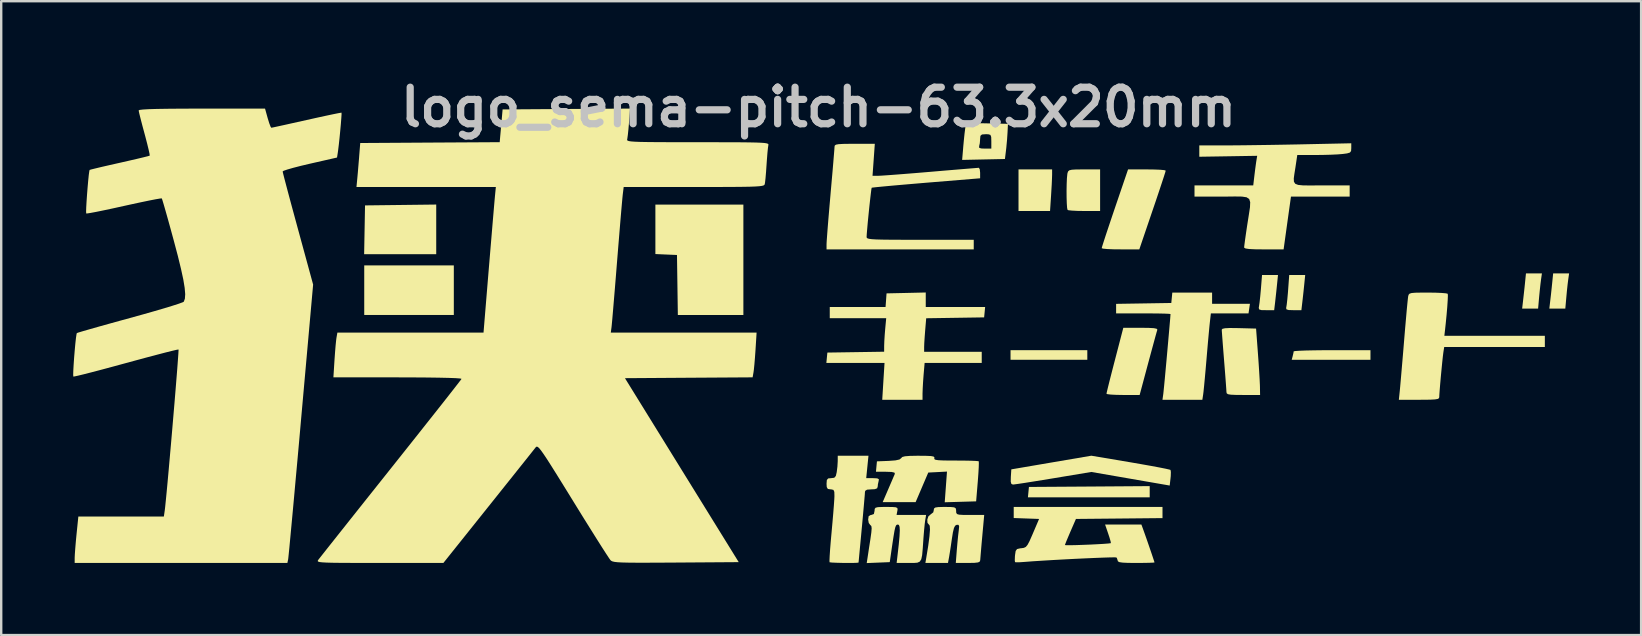
<source format=kicad_pcb>
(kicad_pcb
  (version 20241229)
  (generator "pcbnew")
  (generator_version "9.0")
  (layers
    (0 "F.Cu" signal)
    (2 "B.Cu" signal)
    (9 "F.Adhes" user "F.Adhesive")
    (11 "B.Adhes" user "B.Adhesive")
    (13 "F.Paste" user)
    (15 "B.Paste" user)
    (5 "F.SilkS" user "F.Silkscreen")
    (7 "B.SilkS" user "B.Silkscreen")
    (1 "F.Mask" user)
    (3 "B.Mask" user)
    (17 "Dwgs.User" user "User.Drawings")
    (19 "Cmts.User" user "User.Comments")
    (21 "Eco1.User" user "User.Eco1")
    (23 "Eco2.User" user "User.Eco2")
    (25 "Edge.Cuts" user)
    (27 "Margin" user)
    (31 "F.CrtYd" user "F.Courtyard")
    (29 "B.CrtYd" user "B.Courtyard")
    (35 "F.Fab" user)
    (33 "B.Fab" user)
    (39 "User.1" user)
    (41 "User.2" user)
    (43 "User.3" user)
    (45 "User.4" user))
  (footprint "logo_sema-pitch-63.3x20mm"
    (layer "F.Cu")
    (at 31.062 10.943)
    (property "Reference" "logo_sema-pitch-63.3x20mm" (at 0 -9.525 0) (layer "Dwgs.User") (effects (font (size 1.524 1.524) (thickness 0.3))))
    (attr board_only exclude_from_pos_files exclude_from_bom)
    (fp_poly (pts (xy -15.2 -0.867) (xy -18.933 -0.867) (xy -18.933 -2.933) (xy -15.2 -2.933)) (stroke (width 0) (type solid)) (fill yes) (layer "F.SilkS"))
    (fp_poly (pts (xy 11.2 1) (xy 8 1) (xy 8 0.6) (xy 11.2 0.6)) (stroke (width 0) (type solid)) (fill yes) (layer "F.SilkS"))
    (fp_poly (pts (xy -15.933 -3.4) (xy -18.937 -3.4) (xy -18.9 -5.433) (xy -17.417 -5.451) (xy -15.933 -5.469)) (stroke (width 0) (type solid)) (fill yes) (layer "F.SilkS"))
    (fp_poly (pts (xy 13.8 6.733) (xy 8.725 6.733) (xy 8.746 6.517) (xy 8.767 6.3) (xy 11.283 6.283) (xy 13.8 6.265)) (stroke (width 0) (type solid)) (fill yes) (layer "F.SilkS"))
    (fp_poly (pts (xy -3.133 -0.867) (xy -5.864 -0.867) (xy -5.9 -3.367) (xy -6.35 -3.386) (xy -6.8 -3.406) (xy -6.8 -5.467) (xy -3.133 -5.467)) (stroke (width 0) (type solid)) (fill yes) (layer "F.SilkS"))
    (fp_poly (pts (xy 9.733 -6.717) (xy 9.728 -6.555) (xy 9.717 -6.303) (xy 9.699 -6.003) (xy 9.69 -5.85) (xy 9.647 -5.2) (xy 8.333 -5.2) (xy 8.333 -6.933) (xy 9.733 -6.933)) (stroke (width 0) (type solid)) (fill yes) (layer "F.SilkS"))
    (fp_poly (pts (xy 23 1) (xy 19.718 1) (xy 19.758 0.85) (xy 19.79 0.712) (xy 19.799 0.65) (xy 19.863 0.636) (xy 20.042 0.624) (xy 20.318 0.613) (xy 20.672 0.606) (xy 21.087 0.601) (xy 21.4 0.6) (xy 23 0.6)) (stroke (width 0) (type solid)) (fill yes) (layer "F.SilkS"))
    (fp_poly (pts (xy 30.109 -2.35) (xy 30.084 -2.154) (xy 30.055 -1.885) (xy 30.029 -1.617) (xy 29.986 -1.133) (xy 29.321 -1.133) (xy 29.358 -1.45) (xy 29.386 -1.699) (xy 29.419 -1.999) (xy 29.438 -2.183) (xy 29.48 -2.6) (xy 30.145 -2.6)) (stroke (width 0) (type solid)) (fill yes) (layer "F.SilkS"))
    (fp_poly (pts (xy 31.242 -2.35) (xy 31.217 -2.154) (xy 31.188 -1.885) (xy 31.163 -1.617) (xy 31.12 -1.133) (xy 30.454 -1.133) (xy 30.491 -1.45) (xy 30.52 -1.699) (xy 30.552 -1.999) (xy 30.571 -2.183) (xy 30.613 -2.6) (xy 31.278 -2.6)) (stroke (width 0) (type solid)) (fill yes) (layer "F.SilkS"))
    (fp_poly (pts (xy 19.104 -2.117) (xy 19.074 -1.828) (xy 19.042 -1.537) (xy 19.025 -1.383) (xy 18.987 -1.067) (xy 18.655 -1.067) (xy 18.459 -1.07) (xy 18.366 -1.095) (xy 18.344 -1.158) (xy 18.358 -1.25) (xy 18.38 -1.403) (xy 18.406 -1.642) (xy 18.432 -1.922) (xy 18.437 -1.983) (xy 18.481 -2.533) (xy 19.146 -2.533)) (stroke (width 0) (type solid)) (fill yes) (layer "F.SilkS"))
    (fp_poly (pts (xy 20.238 -2.117) (xy 20.208 -1.828) (xy 20.176 -1.537) (xy 20.158 -1.383) (xy 20.121 -1.067) (xy 19.789 -1.067) (xy 19.593 -1.073) (xy 19.501 -1.1) (xy 19.485 -1.158) (xy 19.491 -1.183) (xy 19.51 -1.299) (xy 19.534 -1.511) (xy 19.559 -1.782) (xy 19.569 -1.917) (xy 19.614 -2.533) (xy 20.28 -2.533)) (stroke (width 0) (type solid)) (fill yes) (layer "F.SilkS"))
    (fp_poly (pts (xy 11.733 -5.2) (xy 11.078 -5.2) (xy 10.794 -5.204) (xy 10.563 -5.216) (xy 10.414 -5.232) (xy 10.378 -5.244) (xy 10.358 -5.328) (xy 10.345 -5.511) (xy 10.337 -5.759) (xy 10.335 -6.04) (xy 10.34 -6.319) (xy 10.35 -6.563) (xy 10.367 -6.738) (xy 10.375 -6.783) (xy 10.401 -6.852) (xy 10.452 -6.896) (xy 10.555 -6.92) (xy 10.734 -6.931) (xy 11.016 -6.933) (xy 11.074 -6.933) (xy 11.733 -6.933)) (stroke (width 0) (type solid)) (fill yes) (layer "F.SilkS"))
    (fp_poly (pts (xy 13.988 -6.929) (xy 14.238 -6.919) (xy 14.406 -6.903) (xy 14.467 -6.883) (xy 14.447 -6.809) (xy 14.389 -6.626) (xy 14.299 -6.352) (xy 14.183 -6.003) (xy 14.047 -5.598) (xy 13.917 -5.217) (xy 13.367 -3.601) (xy 12.583 -3.601) (xy 12.278 -3.604) (xy 12.028 -3.615) (xy 11.859 -3.631) (xy 11.799 -3.65) (xy 11.819 -3.724) (xy 11.877 -3.907) (xy 11.966 -4.182) (xy 12.082 -4.53) (xy 12.218 -4.935) (xy 12.347 -5.317) (xy 12.898 -6.933) (xy 13.682 -6.933)) (stroke (width 0) (type solid)) (fill yes) (layer "F.SilkS"))
    (fp_poly (pts (xy 13.757 -0.329) (xy 13.973 -0.317) (xy 14.088 -0.293) (xy 14.119 -0.257) (xy 14.118 -0.25) (xy 14.092 -0.163) (xy 14.037 0.033) (xy 13.96 0.316) (xy 13.865 0.665) (xy 13.758 1.061) (xy 13.734 1.15) (xy 13.381 2.467) (xy 12.691 2.467) (xy 12.405 2.462) (xy 12.177 2.45) (xy 12.034 2.432) (xy 11.999 2.417) (xy 12.014 2.34) (xy 12.059 2.154) (xy 12.127 1.879) (xy 12.215 1.534) (xy 12.317 1.14) (xy 12.349 1.017) (xy 12.7 -0.332) (xy 13.424 -0.333)) (stroke (width 0) (type solid)) (fill yes) (layer "F.SilkS"))
    (fp_poly (pts (xy 13 5.273) (xy 13.45 5.351) (xy 13.856 5.423) (xy 14.199 5.487) (xy 14.46 5.539) (xy 14.622 5.576) (xy 14.668 5.591) (xy 14.682 5.677) (xy 14.677 5.846) (xy 14.668 5.937) (xy 14.633 6.241) (xy 13 5.958) (xy 11.367 5.675) (xy 9.788 5.938) (xy 9.341 6.011) (xy 8.933 6.077) (xy 8.586 6.132) (xy 8.318 6.172) (xy 8.149 6.195) (xy 8.101 6.2) (xy 8.036 6.175) (xy 8.009 6.079) (xy 8.013 5.883) (xy 8.033 5.567) (xy 9.7 5.282) (xy 11.367 4.998)) (stroke (width 0) (type solid)) (fill yes) (layer "F.SilkS"))
    (fp_poly (pts (xy 17.456 -0.32) (xy 17.517 -0.319) (xy 18.233 -0.3) (xy 18.31 0.733) (xy 18.338 1.123) (xy 18.362 1.496) (xy 18.381 1.817) (xy 18.392 2.053) (xy 18.394 2.117) (xy 18.4 2.467) (xy 17.7 2.467) (xy 17.386 2.464) (xy 17.181 2.455) (xy 17.064 2.435) (xy 17.011 2.4) (xy 16.999 2.35) (xy 16.993 2.248) (xy 16.978 2.037) (xy 16.956 1.741) (xy 16.928 1.382) (xy 16.9 1.033) (xy 16.869 0.643) (xy 16.842 0.296) (xy 16.821 0.016) (xy 16.807 -0.176) (xy 16.802 -0.252) (xy 16.833 -0.291) (xy 16.94 -0.314) (xy 17.142 -0.324)) (stroke (width 0) (type solid)) (fill yes) (layer "F.SilkS"))
    (fp_poly (pts (xy 7.019 -8.852) (xy 7.893 -8.833) (xy 7.875 -8.467) (xy 7.855 -8.168) (xy 7.825 -7.848) (xy 7.812 -7.733) (xy 7.767 -7.367) (xy 6.875 -7.348) (xy 5.984 -7.329) (xy 6.027 -7.838) (xy 6.691 -7.838) (xy 6.773 -7.806) (xy 6.926 -7.8) (xy 7.2 -7.8) (xy 7.2 -8.1) (xy 7.195 -8.284) (xy 7.161 -8.372) (xy 7.071 -8.398) (xy 6.967 -8.4) (xy 6.81 -8.389) (xy 6.745 -8.332) (xy 6.733 -8.205) (xy 6.72 -8.025) (xy 6.693 -7.905) (xy 6.691 -7.838) (xy 6.027 -7.838) (xy 6.027 -7.848) (xy 6.054 -8.137) (xy 6.082 -8.41) (xy 6.107 -8.609) (xy 6.108 -8.619) (xy 6.146 -8.87)) (stroke (width 0) (type solid)) (fill yes) (layer "F.SilkS"))
    (fp_poly (pts (xy 4.467 -1.2) (xy 6.942 -1.2) (xy 6.921 -0.983) (xy 6.9 -0.767) (xy 4.486 -0.73) (xy 4.443 -0.222) (xy 4.422 0.053) (xy 4.406 0.3) (xy 4.4 0.468) (xy 4.4 0.477) (xy 4.4 0.667) (xy 6.8 0.667) (xy 6.8 1.133) (xy 4.42 1.133) (xy 4.376 1.643) (xy 4.355 1.932) (xy 4.34 2.205) (xy 4.333 2.405) (xy 4.333 2.41) (xy 4.333 2.667) (xy 2.654 2.667) (xy 2.701 1.9) (xy 2.749 1.133) (xy 0.325 1.133) (xy 0.346 0.917) (xy 0.367 0.7) (xy 1.55 0.682) (xy 2.733 0.664) (xy 2.734 0.415) (xy 2.741 0.215) (xy 2.758 -0.053) (xy 2.777 -0.283) (xy 2.819 -0.733) (xy 0.467 -0.733) (xy 0.467 -1.2) (xy 2.792 -1.2) (xy 2.813 -1.483) (xy 2.833 -1.767) (xy 3.65 -1.785) (xy 4.467 -1.804)) (stroke (width 0) (type solid)) (fill yes) (layer "F.SilkS"))
    (fp_poly (pts (xy 16.4 -1.333) (xy 17.977 -1.333) (xy 17.918 -0.933) (xy 16.349 -0.933) (xy 16.309 -0.583) (xy 16.29 -0.403) (xy 16.263 -0.118) (xy 16.23 0.241) (xy 16.195 0.645) (xy 16.165 1) (xy 16.13 1.407) (xy 16.096 1.782) (xy 16.066 2.099) (xy 16.042 2.332) (xy 16.027 2.45) (xy 15.994 2.667) (xy 14.332 2.667) (xy 14.367 2.417) (xy 14.379 2.304) (xy 14.401 2.086) (xy 14.43 1.785) (xy 14.463 1.423) (xy 14.5 1.024) (xy 14.537 0.61) (xy 14.573 0.205) (xy 14.606 -0.17) (xy 14.634 -0.49) (xy 14.655 -0.734) (xy 14.665 -0.879) (xy 14.667 -0.906) (xy 14.604 -0.915) (xy 14.429 -0.923) (xy 14.164 -0.929) (xy 13.831 -0.932) (xy 13.533 -0.933) (xy 12.4 -0.933) (xy 12.4 -1.33) (xy 14.7 -1.367) (xy 14.721 -1.583) (xy 14.742 -1.8) (xy 16.4 -1.8)) (stroke (width 0) (type solid)) (fill yes) (layer "F.SilkS"))
    (fp_poly (pts (xy 25.708 -1.796) (xy 25.967 -1.785) (xy 26.147 -1.769) (xy 26.22 -1.75) (xy 26.226 -1.665) (xy 26.218 -1.473) (xy 26.2 -1.2) (xy 26.172 -0.873) (xy 26.137 -0.517) (xy 26.108 -0.25) (xy 26.079 0) (xy 30.267 0) (xy 30.267 0.467) (xy 26.073 0.467) (xy 26.039 0.683) (xy 26.019 0.837) (xy 25.993 1.081) (xy 25.963 1.384) (xy 25.932 1.709) (xy 25.904 2.025) (xy 25.882 2.296) (xy 25.869 2.489) (xy 25.867 2.554) (xy 25.854 2.601) (xy 25.8 2.633) (xy 25.685 2.652) (xy 25.488 2.663) (xy 25.187 2.666) (xy 25.025 2.667) (xy 24.183 2.667) (xy 24.223 2.283) (xy 24.239 2.11) (xy 24.264 1.828) (xy 24.296 1.459) (xy 24.333 1.027) (xy 24.373 0.555) (xy 24.402 0.2) (xy 24.441 -0.27) (xy 24.479 -0.702) (xy 24.512 -1.076) (xy 24.541 -1.373) (xy 24.562 -1.572) (xy 24.572 -1.65) (xy 24.591 -1.713) (xy 24.632 -1.756) (xy 24.718 -1.782) (xy 24.874 -1.795) (xy 25.121 -1.799) (xy 25.397 -1.8)) (stroke (width 0) (type solid)) (fill yes) (layer "F.SilkS"))
    (fp_poly (pts (xy 4.484 5.003) (xy 4.684 5.012) (xy 4.792 5.033) (xy 4.829 5.067) (xy 4.824 5.1) (xy 4.825 5.14) (xy 4.876 5.168) (xy 4.995 5.186) (xy 5.2 5.196) (xy 5.512 5.2) (xy 5.715 5.2) (xy 6.053 5.202) (xy 6.34 5.207) (xy 6.552 5.216) (xy 6.663 5.226) (xy 6.674 5.229) (xy 6.68 5.303) (xy 6.675 5.483) (xy 6.66 5.743) (xy 6.637 6.056) (xy 6.635 6.079) (xy 6.567 6.9) (xy 5.912 6.919) (xy 5.258 6.938) (xy 5.305 6.299) (xy 5.352 5.659) (xy 4.962 5.68) (xy 4.572 5.7) (xy 4.308 6.317) (xy 4.045 6.933) (xy 2.672 6.933) (xy 2.909 6.383) (xy 3.019 6.128) (xy 3.11 5.915) (xy 3.169 5.778) (xy 3.18 5.75) (xy 3.162 5.702) (xy 3.044 5.675) (xy 2.812 5.667) (xy 2.803 5.667) (xy 2.392 5.667) (xy 2.412 5.45) (xy 2.433 5.233) (xy 2.92 5.214) (xy 3.203 5.193) (xy 3.371 5.156) (xy 3.443 5.1) (xy 3.444 5.097) (xy 3.49 5.051) (xy 3.601 5.022) (xy 3.799 5.006) (xy 4.104 5) (xy 4.172 5)) (stroke (width 0) (type solid)) (fill yes) (layer "F.SilkS"))
    (fp_poly (pts (xy 3.075 7.135) (xy 3.219 7.147) (xy 3.283 7.178) (xy 3.293 7.238) (xy 3.283 7.3) (xy 3.251 7.467) (xy 4.482 7.467) (xy 4.445 7.683) (xy 4.423 7.849) (xy 4.398 8.102) (xy 4.374 8.397) (xy 4.367 8.5) (xy 4.341 8.876) (xy 4.317 9.14) (xy 4.281 9.311) (xy 4.22 9.409) (xy 4.123 9.455) (xy 3.976 9.467) (xy 3.767 9.467) (xy 3.755 9.467) (xy 3.254 9.467) (xy 3.291 9.15) (xy 3.343 8.692) (xy 3.374 8.352) (xy 3.386 8.114) (xy 3.377 7.963) (xy 3.35 7.886) (xy 3.31 7.867) (xy 3.265 7.873) (xy 3.229 7.905) (xy 3.198 7.981) (xy 3.165 8.122) (xy 3.127 8.348) (xy 3.077 8.676) (xy 3.049 8.867) (xy 2.967 9.433) (xy 2.007 9.472) (xy 2.041 9.253) (xy 2.067 9.083) (xy 2.105 8.829) (xy 2.15 8.542) (xy 2.16 8.477) (xy 2.199 8.199) (xy 2.213 8.025) (xy 2.2 7.93) (xy 2.161 7.889) (xy 2.156 7.887) (xy 2.092 7.802) (xy 2.067 7.66) (xy 2.089 7.516) (xy 2.173 7.468) (xy 2.2 7.467) (xy 2.305 7.428) (xy 2.333 7.3) (xy 2.34 7.215) (xy 2.378 7.165) (xy 2.476 7.141) (xy 2.662 7.134) (xy 2.824 7.133)) (stroke (width 0) (type solid)) (fill yes) (layer "F.SilkS"))
    (fp_poly (pts (xy 5.51 7.136) (xy 5.65 7.15) (xy 5.714 7.187) (xy 5.732 7.256) (xy 5.733 7.3) (xy 5.738 7.38) (xy 5.771 7.429) (xy 5.856 7.455) (xy 6.021 7.465) (xy 6.291 7.467) (xy 6.318 7.467) (xy 6.903 7.467) (xy 6.823 8.35) (xy 6.792 8.688) (xy 6.767 8.985) (xy 6.748 9.212) (xy 6.738 9.34) (xy 6.738 9.35) (xy 6.718 9.41) (xy 6.648 9.445) (xy 6.499 9.462) (xy 6.245 9.467) (xy 6.226 9.467) (xy 5.719 9.467) (xy 5.762 8.917) (xy 5.788 8.621) (xy 5.815 8.342) (xy 5.84 8.134) (xy 5.843 8.11) (xy 5.859 7.946) (xy 5.834 7.879) (xy 5.758 7.878) (xy 5.693 7.914) (xy 5.643 8.01) (xy 5.599 8.191) (xy 5.555 8.467) (xy 5.513 8.758) (xy 5.472 9.024) (xy 5.44 9.218) (xy 5.434 9.25) (xy 5.394 9.467) (xy 4.452 9.467) (xy 4.489 9.25) (xy 4.571 8.747) (xy 4.622 8.353) (xy 4.643 8.075) (xy 4.633 7.916) (xy 4.61 7.881) (xy 4.54 7.799) (xy 4.532 7.661) (xy 4.577 7.525) (xy 4.667 7.447) (xy 4.78 7.358) (xy 4.8 7.273) (xy 4.811 7.2) (xy 4.864 7.158) (xy 4.987 7.139) (xy 5.208 7.133) (xy 5.267 7.133)) (stroke (width 0) (type solid)) (fill yes) (layer "F.SilkS"))
    (fp_poly (pts (xy 2.033 5.467) (xy 1.986 5.933) (xy 2.267 5.933) (xy 2.443 5.942) (xy 2.513 5.977) (xy 2.507 6.039) (xy 2.472 6.198) (xy 2.467 6.272) (xy 2.442 6.356) (xy 2.346 6.393) (xy 2.2 6.4) (xy 2.022 6.413) (xy 1.944 6.462) (xy 1.933 6.517) (xy 1.927 6.616) (xy 1.909 6.826) (xy 1.883 7.126) (xy 1.85 7.494) (xy 1.812 7.909) (xy 1.8 8.033) (xy 1.761 8.45) (xy 1.726 8.818) (xy 1.698 9.119) (xy 1.678 9.334) (xy 1.668 9.441) (xy 1.667 9.45) (xy 1.606 9.46) (xy 1.448 9.466) (xy 1.229 9.467) (xy 0.985 9.465) (xy 0.753 9.459) (xy 0.568 9.451) (xy 0.467 9.44) (xy 0.458 9.436) (xy 0.455 9.363) (xy 0.463 9.179) (xy 0.481 8.905) (xy 0.509 8.563) (xy 0.543 8.186) (xy 0.58 7.775) (xy 0.613 7.391) (xy 0.639 7.06) (xy 0.656 6.811) (xy 0.662 6.683) (xy 0.657 6.505) (xy 0.621 6.423) (xy 0.533 6.401) (xy 0.5 6.4) (xy 0.387 6.383) (xy 0.341 6.304) (xy 0.333 6.167) (xy 0.345 6.01) (xy 0.401 5.945) (xy 0.525 5.933) (xy 0.654 5.917) (xy 0.72 5.842) (xy 0.757 5.683) (xy 0.786 5.448) (xy 0.799 5.224) (xy 0.799 5.217) (xy 0.8 5) (xy 2.08 5)) (stroke (width 0) (type solid)) (fill yes) (layer "F.SilkS"))
    (fp_poly (pts (xy 22.2 -7.82) (xy 22.192 -7.702) (xy 22.144 -7.636) (xy 22.024 -7.6) (xy 21.85 -7.577) (xy 21.637 -7.559) (xy 21.335 -7.545) (xy 20.989 -7.536) (xy 20.725 -7.534) (xy 19.95 -7.533) (xy 19.875 -7.031) (xy 19.831 -6.757) (xy 19.804 -6.558) (xy 19.81 -6.421) (xy 19.866 -6.334) (xy 19.987 -6.287) (xy 20.19 -6.267) (xy 20.492 -6.264) (xy 20.909 -6.267) (xy 20.967 -6.267) (xy 22.133 -6.267) (xy 22.133 -5.8) (xy 19.687 -5.8) (xy 19.533 -4.7) (xy 19.38 -3.6) (xy 18.557 -3.6) (xy 18.19 -3.604) (xy 17.941 -3.616) (xy 17.795 -3.638) (xy 17.737 -3.672) (xy 17.735 -3.683) (xy 17.745 -3.778) (xy 17.771 -3.976) (xy 17.81 -4.251) (xy 17.858 -4.576) (xy 17.867 -4.633) (xy 17.933 -5.051) (xy 17.979 -5.357) (xy 17.988 -5.567) (xy 17.946 -5.7) (xy 17.836 -5.772) (xy 17.643 -5.801) (xy 17.353 -5.805) (xy 16.948 -5.8) (xy 16.833 -5.8) (xy 15.667 -5.8) (xy 15.667 -6.267) (xy 18.115 -6.267) (xy 18.16 -6.65) (xy 18.192 -6.911) (xy 18.225 -7.157) (xy 18.241 -7.267) (xy 18.279 -7.5) (xy 17.073 -7.48) (xy 15.867 -7.461) (xy 15.867 -7.933) (xy 16.922 -7.933) (xy 17.267 -7.935) (xy 17.716 -7.939) (xy 18.242 -7.946) (xy 18.816 -7.954) (xy 19.41 -7.964) (xy 19.995 -7.975) (xy 20.089 -7.977) (xy 22.2 -8.022)) (stroke (width 0) (type solid)) (fill yes) (layer "F.SilkS"))
    (fp_poly (pts (xy 2.297 -7.333) (xy 2.249 -6.667) (xy 2.477 -6.667) (xy 2.6 -6.672) (xy 2.838 -6.688) (xy 3.17 -6.712) (xy 3.578 -6.744) (xy 4.043 -6.781) (xy 4.546 -6.823) (xy 4.667 -6.833) (xy 5.165 -6.876) (xy 5.62 -6.914) (xy 6.015 -6.947) (xy 6.334 -6.973) (xy 6.558 -6.991) (xy 6.671 -7) (xy 6.681 -7) (xy 6.717 -6.942) (xy 6.733 -6.799) (xy 6.733 -6.781) (xy 6.733 -6.563) (xy 4.485 -6.378) (xy 3.952 -6.333) (xy 3.463 -6.291) (xy 3.033 -6.253) (xy 2.678 -6.22) (xy 2.413 -6.194) (xy 2.254 -6.176) (xy 2.214 -6.169) (xy 2.2 -6.1) (xy 2.178 -5.926) (xy 2.149 -5.674) (xy 2.116 -5.374) (xy 2.083 -5.052) (xy 2.052 -4.738) (xy 2.027 -4.457) (xy 2.009 -4.24) (xy 2.002 -4.117) (xy 2.009 -4.085) (xy 2.039 -4.06) (xy 2.107 -4.04) (xy 2.224 -4.025) (xy 2.404 -4.014) (xy 2.661 -4.007) (xy 3.007 -4.003) (xy 3.456 -4.001) (xy 4.021 -4) (xy 4.233 -4) (xy 6.467 -4) (xy 6.467 -3.6) (xy 0.333 -3.6) (xy 0.333 -3.819) (xy 0.339 -3.942) (xy 0.356 -4.178) (xy 0.381 -4.508) (xy 0.414 -4.912) (xy 0.453 -5.371) (xy 0.496 -5.865) (xy 0.499 -5.903) (xy 0.542 -6.392) (xy 0.582 -6.842) (xy 0.615 -7.233) (xy 0.641 -7.549) (xy 0.659 -7.77) (xy 0.666 -7.879) (xy 0.666 -7.883) (xy 0.678 -7.932) (xy 0.728 -7.965) (xy 0.838 -7.985) (xy 1.028 -7.996) (xy 1.32 -8) (xy 1.505 -8) (xy 2.344 -8)) (stroke (width 0) (type solid)) (fill yes) (layer "F.SilkS"))
    (fp_poly (pts (xy 14.333 7.598) (xy 12.529 7.616) (xy 10.726 7.633) (xy 10.496 8.161) (xy 10.393 8.403) (xy 10.313 8.594) (xy 10.271 8.706) (xy 10.267 8.721) (xy 10.328 8.728) (xy 10.495 8.728) (xy 10.737 8.723) (xy 11.026 8.713) (xy 11.334 8.701) (xy 11.631 8.686) (xy 11.89 8.671) (xy 12.081 8.656) (xy 12.177 8.643) (xy 12.182 8.641) (xy 12.172 8.573) (xy 12.127 8.417) (xy 12.07 8.244) (xy 11.941 7.867) (xy 13.454 7.867) (xy 13.533 8.083) (xy 13.6 8.271) (xy 13.685 8.512) (xy 13.776 8.776) (xy 13.864 9.032) (xy 13.937 9.25) (xy 13.986 9.398) (xy 14 9.446) (xy 13.938 9.454) (xy 13.768 9.461) (xy 13.518 9.465) (xy 13.233 9.467) (xy 12.894 9.464) (xy 12.668 9.453) (xy 12.536 9.433) (xy 12.476 9.4) (xy 12.467 9.371) (xy 12.431 9.26) (xy 12.408 9.238) (xy 12.331 9.233) (xy 12.14 9.236) (xy 11.857 9.245) (xy 11.5 9.259) (xy 11.09 9.277) (xy 10.646 9.298) (xy 10.189 9.322) (xy 9.739 9.347) (xy 9.314 9.373) (xy 8.936 9.397) (xy 8.624 9.421) (xy 8.556 9.426) (xy 8.357 9.439) (xy 8.221 9.438) (xy 8.187 9.431) (xy 8.177 9.356) (xy 8.183 9.198) (xy 8.188 9.14) (xy 8.214 8.968) (xy 8.272 8.888) (xy 8.401 8.858) (xy 8.446 8.854) (xy 8.555 8.838) (xy 8.637 8.799) (xy 8.71 8.712) (xy 8.793 8.555) (xy 8.904 8.303) (xy 8.934 8.233) (xy 9.19 7.633) (xy 8.662 7.614) (xy 8.133 7.595) (xy 8.133 7.133) (xy 14.333 7.133)) (stroke (width 0) (type solid)) (fill yes) (layer "F.SilkS"))
    (fp_poly (pts (xy -22.956 -9.067) (xy -22.892 -8.859) (xy -22.837 -8.715) (xy -22.806 -8.669) (xy -22.732 -8.683) (xy -22.548 -8.723) (xy -22.271 -8.783) (xy -21.923 -8.861) (xy -21.521 -8.95) (xy -21.333 -8.992) (xy -20.916 -9.085) (xy -20.544 -9.166) (xy -20.238 -9.231) (xy -20.015 -9.276) (xy -19.895 -9.297) (xy -19.88 -9.298) (xy -19.878 -9.23) (xy -19.889 -9.06) (xy -19.908 -8.818) (xy -19.934 -8.534) (xy -19.963 -8.238) (xy -19.993 -7.961) (xy -20.021 -7.733) (xy -20.035 -7.631) (xy -20.067 -7.428) (xy -21.2 -7.17) (xy -21.568 -7.083) (xy -21.886 -7.001) (xy -22.134 -6.93) (xy -22.289 -6.877) (xy -22.333 -6.849) (xy -22.316 -6.772) (xy -22.268 -6.581) (xy -22.192 -6.292) (xy -22.093 -5.918) (xy -21.974 -5.475) (xy -21.839 -4.978) (xy -21.698 -4.46) (xy -21.063 -2.134) (xy -21.568 3.516) (xy -21.644 4.374) (xy -21.718 5.195) (xy -21.789 5.971) (xy -21.854 6.69) (xy -21.914 7.344) (xy -21.968 7.921) (xy -22.014 8.412) (xy -22.051 8.808) (xy -22.08 9.097) (xy -22.098 9.27) (xy -22.104 9.317) (xy -22.136 9.467) (xy -31 9.467) (xy -31 9.254) (xy -30.993 9.101) (xy -30.975 8.853) (xy -30.949 8.547) (xy -30.924 8.287) (xy -30.847 7.533) (xy -27.284 7.533) (xy -27.247 7.283) (xy -27.229 7.134) (xy -27.203 6.878) (xy -27.169 6.53) (xy -27.129 6.105) (xy -27.085 5.619) (xy -27.038 5.087) (xy -26.988 4.524) (xy -26.938 3.946) (xy -26.889 3.368) (xy -26.841 2.805) (xy -26.797 2.272) (xy -26.758 1.786) (xy -26.724 1.361) (xy -26.698 1.012) (xy -26.68 0.755) (xy -26.671 0.605) (xy -26.672 0.572) (xy -26.741 0.582) (xy -26.923 0.624) (xy -27.204 0.694) (xy -27.567 0.789) (xy -27.999 0.903) (xy -28.484 1.034) (xy -28.863 1.137) (xy -29.377 1.277) (xy -29.849 1.404) (xy -30.264 1.513) (xy -30.607 1.601) (xy -30.863 1.663) (xy -31.017 1.696) (xy -31.056 1.7) (xy -31.062 1.625) (xy -31.057 1.449) (xy -31.043 1.2) (xy -31.023 0.909) (xy -30.998 0.607) (xy -30.972 0.324) (xy -30.946 0.089) (xy -30.923 -0.066) (xy -30.91 -0.112) (xy -30.84 -0.137) (xy -30.657 -0.192) (xy -30.375 -0.273) (xy -30.01 -0.377) (xy -29.577 -0.498) (xy -29.089 -0.633) (xy -28.691 -0.742) (xy -28.172 -0.886) (xy -27.694 -1.022) (xy -27.272 -1.145) (xy -26.922 -1.252) (xy -26.659 -1.337) (xy -26.498 -1.396) (xy -26.453 -1.42) (xy -26.407 -1.545) (xy -26.394 -1.733) (xy -26.416 -1.996) (xy -26.473 -2.344) (xy -26.569 -2.787) (xy -26.703 -3.336) (xy -26.869 -3.963) (xy -26.994 -4.422) (xy -27.109 -4.838) (xy -27.209 -5.193) (xy -27.289 -5.47) (xy -27.344 -5.653) (xy -27.369 -5.725) (xy -27.369 -5.725) (xy -27.441 -5.72) (xy -27.624 -5.689) (xy -27.9 -5.635) (xy -28.251 -5.562) (xy -28.658 -5.474) (xy -28.944 -5.411) (xy -29.378 -5.315) (xy -29.768 -5.232) (xy -30.095 -5.165) (xy -30.341 -5.119) (xy -30.486 -5.097) (xy -30.519 -5.097) (xy -30.524 -5.17) (xy -30.519 -5.345) (xy -30.505 -5.593) (xy -30.485 -5.883) (xy -30.461 -6.185) (xy -30.436 -6.469) (xy -30.412 -6.705) (xy -30.39 -6.862) (xy -30.378 -6.911) (xy -30.309 -6.932) (xy -30.13 -6.976) (xy -29.863 -7.04) (xy -29.527 -7.117) (xy -29.142 -7.204) (xy -29.128 -7.207) (xy -28.742 -7.295) (xy -28.403 -7.373) (xy -28.131 -7.438) (xy -27.948 -7.484) (xy -27.873 -7.507) (xy -27.873 -7.507) (xy -27.879 -7.577) (xy -27.917 -7.751) (xy -27.979 -8.006) (xy -28.06 -8.318) (xy -28.089 -8.425) (xy -28.178 -8.755) (xy -28.252 -9.041) (xy -28.306 -9.257) (xy -28.332 -9.378) (xy -28.333 -9.392) (xy -28.29 -9.413) (xy -28.155 -9.429) (xy -27.922 -9.443) (xy -27.583 -9.453) (xy -27.134 -9.46) (xy -26.565 -9.465) (xy -25.872 -9.467) (xy -25.7 -9.467) (xy -23.067 -9.467)) (stroke (width 0) (type solid)) (fill yes) (layer "F.SilkS"))
    (fp_poly (pts (xy -7.899 -8.884) (xy -7.923 -8.606) (xy -7.948 -8.369) (xy -7.97 -8.213) (xy -7.976 -8.183) (xy -7.978 -8.156) (xy -7.958 -8.133) (xy -7.905 -8.114) (xy -7.807 -8.099) (xy -7.655 -8.088) (xy -7.435 -8.079) (xy -7.137 -8.074) (xy -6.75 -8.07) (xy -6.262 -8.068) (xy -5.662 -8.067) (xy -5.033 -8.067) (xy -4.325 -8.066) (xy -3.74 -8.065) (xy -3.264 -8.063) (xy -2.889 -8.059) (xy -2.601 -8.053) (xy -2.39 -8.044) (xy -2.245 -8.033) (xy -2.154 -8.017) (xy -2.105 -7.998) (xy -2.088 -7.975) (xy -2.091 -7.95) (xy -2.108 -7.837) (xy -2.13 -7.625) (xy -2.152 -7.347) (xy -2.167 -7.133) (xy -2.188 -6.83) (xy -2.21 -6.569) (xy -2.231 -6.383) (xy -2.243 -6.317) (xy -2.258 -6.289) (xy -2.293 -6.265) (xy -2.361 -6.247) (xy -2.473 -6.232) (xy -2.64 -6.221) (xy -2.874 -6.212) (xy -3.187 -6.207) (xy -3.591 -6.203) (xy -4.097 -6.201) (xy -4.717 -6.2) (xy -5.198 -6.2) (xy -8.121 -6.2) (xy -8.16 -5.883) (xy -8.174 -5.745) (xy -8.197 -5.491) (xy -8.228 -5.139) (xy -8.265 -4.704) (xy -8.306 -4.205) (xy -8.351 -3.659) (xy -8.398 -3.081) (xy -8.399 -3.067) (xy -8.445 -2.494) (xy -8.489 -1.956) (xy -8.53 -1.469) (xy -8.565 -1.049) (xy -8.594 -0.712) (xy -8.616 -0.475) (xy -8.628 -0.353) (xy -8.629 -0.35) (xy -8.658 -0.133) (xy -2.582 -0.133) (xy -2.627 0.583) (xy -2.65 0.904) (xy -2.674 1.196) (xy -2.697 1.421) (xy -2.71 1.516) (xy -2.748 1.732) (xy -5.408 1.749) (xy -8.068 1.767) (xy -5.698 5.6) (xy -3.327 9.433) (xy -5.944 9.451) (xy -6.607 9.455) (xy -7.149 9.457) (xy -7.583 9.457) (xy -7.922 9.454) (xy -8.178 9.448) (xy -8.365 9.438) (xy -8.495 9.424) (xy -8.581 9.405) (xy -8.635 9.381) (xy -8.671 9.351) (xy -8.672 9.351) (xy -8.729 9.27) (xy -8.849 9.088) (xy -9.023 8.818) (xy -9.242 8.472) (xy -9.499 8.062) (xy -9.786 7.603) (xy -10.094 7.105) (xy -10.235 6.876) (xy -10.592 6.298) (xy -10.886 5.824) (xy -11.124 5.444) (xy -11.312 5.149) (xy -11.458 4.93) (xy -11.567 4.777) (xy -11.646 4.68) (xy -11.703 4.631) (xy -11.743 4.619) (xy -11.775 4.634) (xy -11.794 4.657) (xy -11.857 4.736) (xy -11.994 4.909) (xy -12.196 5.163) (xy -12.455 5.487) (xy -12.761 5.871) (xy -13.106 6.302) (xy -13.48 6.771) (xy -13.767 7.13) (xy -15.633 9.465) (xy -18.287 9.466) (xy -18.951 9.466) (xy -19.493 9.465) (xy -19.926 9.463) (xy -20.26 9.459) (xy -20.508 9.452) (xy -20.682 9.442) (xy -20.792 9.429) (xy -20.852 9.411) (xy -20.872 9.389) (xy -20.864 9.362) (xy -20.854 9.345) (xy -20.799 9.274) (xy -20.667 9.107) (xy -20.467 8.854) (xy -20.203 8.521) (xy -19.885 8.12) (xy -19.517 7.657) (xy -19.108 7.142) (xy -18.664 6.584) (xy -18.192 5.991) (xy -17.833 5.54) (xy -17.347 4.929) (xy -16.885 4.348) (xy -16.455 3.805) (xy -16.062 3.309) (xy -15.714 2.869) (xy -15.418 2.493) (xy -15.18 2.189) (xy -15.006 1.965) (xy -14.904 1.832) (xy -14.878 1.795) (xy -14.937 1.78) (xy -15.12 1.766) (xy -15.419 1.755) (xy -15.822 1.746) (xy -16.322 1.739) (xy -16.908 1.735) (xy -17.537 1.733) (xy -20.218 1.733) (xy -20.173 1.017) (xy -20.15 0.696) (xy -20.126 0.404) (xy -20.103 0.178) (xy -20.09 0.083) (xy -20.052 -0.133) (xy -13.962 -0.133) (xy -13.743 -2.783) (xy -13.693 -3.381) (xy -13.645 -3.951) (xy -13.601 -4.476) (xy -13.562 -4.94) (xy -13.529 -5.326) (xy -13.504 -5.616) (xy -13.488 -5.794) (xy -13.486 -5.817) (xy -13.448 -6.2) (xy -16.352 -6.2) (xy -19.257 -6.2) (xy -19.223 -6.55) (xy -19.201 -6.789) (xy -19.175 -7.1) (xy -19.148 -7.421) (xy -19.145 -7.467) (xy -19.1 -8.033) (xy -16.194 -8.051) (xy -13.288 -8.068) (xy -13.227 -8.751) (xy -13.167 -9.433) (xy -10.511 -9.451) (xy -7.855 -9.468)) (stroke (width 0) (type solid)) (fill yes) (layer "F.SilkS")))
  (gr_rect
    (start -3 -3)
    (end 65.341 23.415)
    (stroke (width 0.1) (type default))
    (fill no)
    (layer "Edge.Cuts")))
</source>
